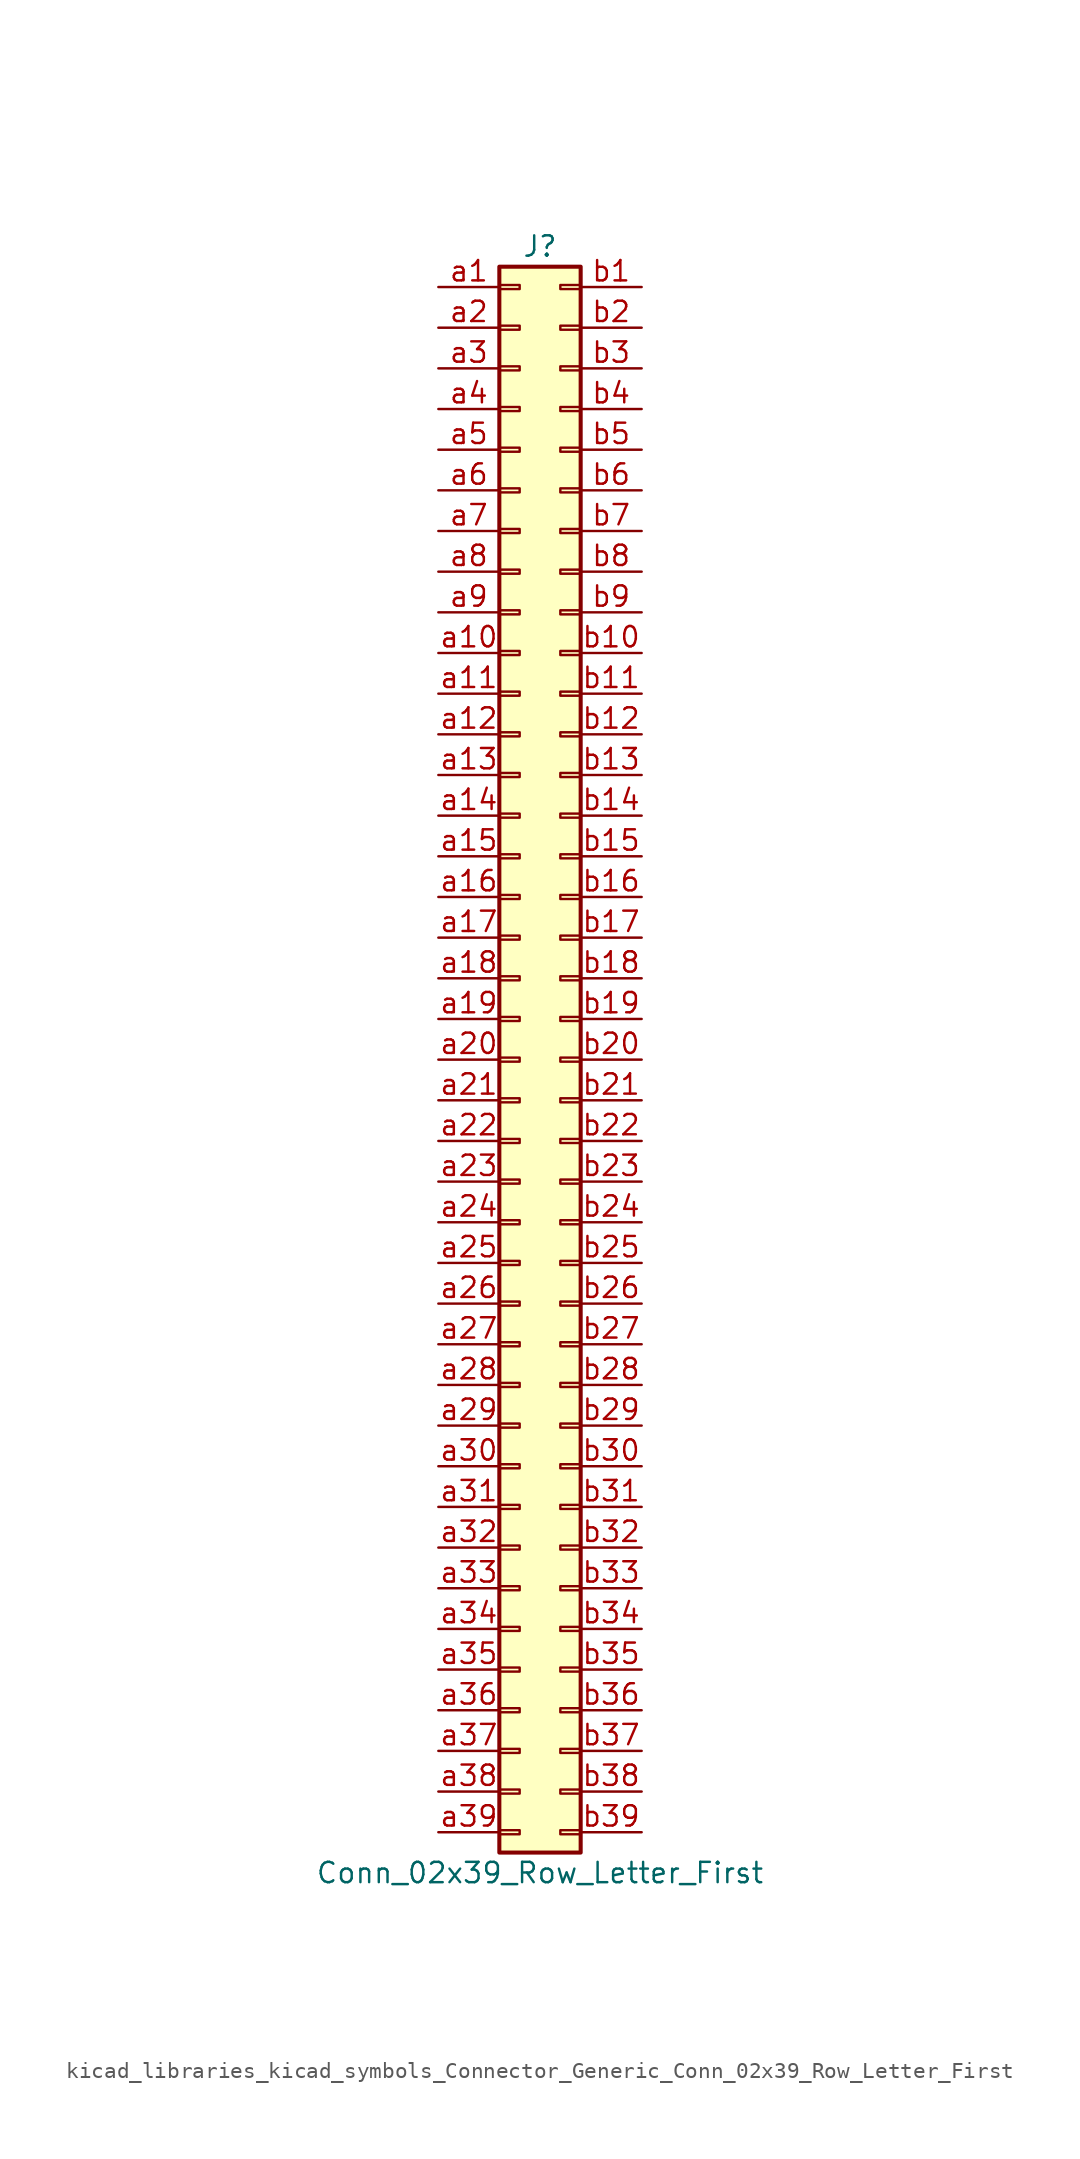
<source format=kicad_sym>
(kicad_symbol_lib
  (version 20220914)
  (generator kicad_symbol_editor)
  (symbol "kicad_libraries_kicad_symbols_Connector_Generic_Conn_02x39_Row_Letter_First"
    (pin_names
      (offset 1.016) hide)
    (property "Reference" "J"
      (at 1.27 50.8 0)
      (effects (font (size 1.27 1.27))))
    (property "Value" "Conn_02x39_Row_Letter_First"
      (at 1.27 -50.8 0)
      (effects (font (size 1.27 1.27))))
    (symbol "kicad_libraries_kicad_symbols_Connector_Generic_Conn_02x39_Row_Letter_First_1_1"
      (rectangle (start -1.27 -48.133) (end 0 -48.387) (stroke (width 0.152) (type default)) (fill (type none)))
      (rectangle (start -1.27 -45.593) (end 0 -45.847) (stroke (width 0.152) (type default)) (fill (type none)))
      (rectangle (start -1.27 -43.053) (end 0 -43.307) (stroke (width 0.152) (type default)) (fill (type none)))
      (rectangle (start -1.27 -40.513) (end 0 -40.767) (stroke (width 0.152) (type default)) (fill (type none)))
      (rectangle (start -1.27 -37.973) (end 0 -38.227) (stroke (width 0.152) (type default)) (fill (type none)))
      (rectangle (start -1.27 -35.433) (end 0 -35.687) (stroke (width 0.152) (type default)) (fill (type none)))
      (rectangle (start -1.27 -32.893) (end 0 -33.147) (stroke (width 0.152) (type default)) (fill (type none)))
      (rectangle (start -1.27 -30.353) (end 0 -30.607) (stroke (width 0.152) (type default)) (fill (type none)))
      (rectangle (start -1.27 -27.813) (end 0 -28.067) (stroke (width 0.152) (type default)) (fill (type none)))
      (rectangle (start -1.27 -25.273) (end 0 -25.527) (stroke (width 0.152) (type default)) (fill (type none)))
      (rectangle (start -1.27 -22.733) (end 0 -22.987) (stroke (width 0.152) (type default)) (fill (type none)))
      (rectangle (start -1.27 -20.193) (end 0 -20.447) (stroke (width 0.152) (type default)) (fill (type none)))
      (rectangle (start -1.27 -17.653) (end 0 -17.907) (stroke (width 0.152) (type default)) (fill (type none)))
      (rectangle (start -1.27 -15.113) (end 0 -15.367) (stroke (width 0.152) (type default)) (fill (type none)))
      (rectangle (start -1.27 -12.573) (end 0 -12.827) (stroke (width 0.152) (type default)) (fill (type none)))
      (rectangle (start -1.27 -10.033) (end 0 -10.287) (stroke (width 0.152) (type default)) (fill (type none)))
      (rectangle (start -1.27 -7.493) (end 0 -7.747) (stroke (width 0.152) (type default)) (fill (type none)))
      (rectangle (start -1.27 -4.953) (end 0 -5.207) (stroke (width 0.152) (type default)) (fill (type none)))
      (rectangle (start -1.27 -2.413) (end 0 -2.667) (stroke (width 0.152) (type default)) (fill (type none)))
      (rectangle (start -1.27 0.127) (end 0 -0.127) (stroke (width 0.152) (type default)) (fill (type none)))
      (rectangle (start -1.27 2.667) (end 0 2.413) (stroke (width 0.152) (type default)) (fill (type none)))
      (rectangle (start -1.27 5.207) (end 0 4.953) (stroke (width 0.152) (type default)) (fill (type none)))
      (rectangle (start -1.27 7.747) (end 0 7.493) (stroke (width 0.152) (type default)) (fill (type none)))
      (rectangle (start -1.27 10.287) (end 0 10.033) (stroke (width 0.152) (type default)) (fill (type none)))
      (rectangle (start -1.27 12.827) (end 0 12.573) (stroke (width 0.152) (type default)) (fill (type none)))
      (rectangle (start -1.27 15.367) (end 0 15.113) (stroke (width 0.152) (type default)) (fill (type none)))
      (rectangle (start -1.27 17.907) (end 0 17.653) (stroke (width 0.152) (type default)) (fill (type none)))
      (rectangle (start -1.27 20.447) (end 0 20.193) (stroke (width 0.152) (type default)) (fill (type none)))
      (rectangle (start -1.27 22.987) (end 0 22.733) (stroke (width 0.152) (type default)) (fill (type none)))
      (rectangle (start -1.27 25.527) (end 0 25.273) (stroke (width 0.152) (type default)) (fill (type none)))
      (rectangle (start -1.27 28.067) (end 0 27.813) (stroke (width 0.152) (type default)) (fill (type none)))
      (rectangle (start -1.27 30.607) (end 0 30.353) (stroke (width 0.152) (type default)) (fill (type none)))
      (rectangle (start -1.27 33.147) (end 0 32.893) (stroke (width 0.152) (type default)) (fill (type none)))
      (rectangle (start -1.27 35.687) (end 0 35.433) (stroke (width 0.152) (type default)) (fill (type none)))
      (rectangle (start -1.27 38.227) (end 0 37.973) (stroke (width 0.152) (type default)) (fill (type none)))
      (rectangle (start -1.27 40.767) (end 0 40.513) (stroke (width 0.152) (type default)) (fill (type none)))
      (rectangle (start -1.27 43.307) (end 0 43.053) (stroke (width 0.152) (type default)) (fill (type none)))
      (rectangle (start -1.27 45.847) (end 0 45.593) (stroke (width 0.152) (type default)) (fill (type none)))
      (rectangle (start -1.27 48.387) (end 0 48.133) (stroke (width 0.152) (type default)) (fill (type none)))
      (rectangle (start -1.27 49.53) (end 3.81 -49.53) (stroke (width 0.254) (type default)) (fill (type background)))
      (rectangle (start 3.81 -48.133) (end 2.54 -48.387) (stroke (width 0.152) (type default)) (fill (type none)))
      (rectangle (start 3.81 -45.593) (end 2.54 -45.847) (stroke (width 0.152) (type default)) (fill (type none)))
      (rectangle (start 3.81 -43.053) (end 2.54 -43.307) (stroke (width 0.152) (type default)) (fill (type none)))
      (rectangle (start 3.81 -40.513) (end 2.54 -40.767) (stroke (width 0.152) (type default)) (fill (type none)))
      (rectangle (start 3.81 -37.973) (end 2.54 -38.227) (stroke (width 0.152) (type default)) (fill (type none)))
      (rectangle (start 3.81 -35.433) (end 2.54 -35.687) (stroke (width 0.152) (type default)) (fill (type none)))
      (rectangle (start 3.81 -32.893) (end 2.54 -33.147) (stroke (width 0.152) (type default)) (fill (type none)))
      (rectangle (start 3.81 -30.353) (end 2.54 -30.607) (stroke (width 0.152) (type default)) (fill (type none)))
      (rectangle (start 3.81 -27.813) (end 2.54 -28.067) (stroke (width 0.152) (type default)) (fill (type none)))
      (rectangle (start 3.81 -25.273) (end 2.54 -25.527) (stroke (width 0.152) (type default)) (fill (type none)))
      (rectangle (start 3.81 -22.733) (end 2.54 -22.987) (stroke (width 0.152) (type default)) (fill (type none)))
      (rectangle (start 3.81 -20.193) (end 2.54 -20.447) (stroke (width 0.152) (type default)) (fill (type none)))
      (rectangle (start 3.81 -17.653) (end 2.54 -17.907) (stroke (width 0.152) (type default)) (fill (type none)))
      (rectangle (start 3.81 -15.113) (end 2.54 -15.367) (stroke (width 0.152) (type default)) (fill (type none)))
      (rectangle (start 3.81 -12.573) (end 2.54 -12.827) (stroke (width 0.152) (type default)) (fill (type none)))
      (rectangle (start 3.81 -10.033) (end 2.54 -10.287) (stroke (width 0.152) (type default)) (fill (type none)))
      (rectangle (start 3.81 -7.493) (end 2.54 -7.747) (stroke (width 0.152) (type default)) (fill (type none)))
      (rectangle (start 3.81 -4.953) (end 2.54 -5.207) (stroke (width 0.152) (type default)) (fill (type none)))
      (rectangle (start 3.81 -2.413) (end 2.54 -2.667) (stroke (width 0.152) (type default)) (fill (type none)))
      (rectangle (start 3.81 0.127) (end 2.54 -0.127) (stroke (width 0.152) (type default)) (fill (type none)))
      (rectangle (start 3.81 2.667) (end 2.54 2.413) (stroke (width 0.152) (type default)) (fill (type none)))
      (rectangle (start 3.81 5.207) (end 2.54 4.953) (stroke (width 0.152) (type default)) (fill (type none)))
      (rectangle (start 3.81 7.747) (end 2.54 7.493) (stroke (width 0.152) (type default)) (fill (type none)))
      (rectangle (start 3.81 10.287) (end 2.54 10.033) (stroke (width 0.152) (type default)) (fill (type none)))
      (rectangle (start 3.81 12.827) (end 2.54 12.573) (stroke (width 0.152) (type default)) (fill (type none)))
      (rectangle (start 3.81 15.367) (end 2.54 15.113) (stroke (width 0.152) (type default)) (fill (type none)))
      (rectangle (start 3.81 17.907) (end 2.54 17.653) (stroke (width 0.152) (type default)) (fill (type none)))
      (rectangle (start 3.81 20.447) (end 2.54 20.193) (stroke (width 0.152) (type default)) (fill (type none)))
      (rectangle (start 3.81 22.987) (end 2.54 22.733) (stroke (width 0.152) (type default)) (fill (type none)))
      (rectangle (start 3.81 25.527) (end 2.54 25.273) (stroke (width 0.152) (type default)) (fill (type none)))
      (rectangle (start 3.81 28.067) (end 2.54 27.813) (stroke (width 0.152) (type default)) (fill (type none)))
      (rectangle (start 3.81 30.607) (end 2.54 30.353) (stroke (width 0.152) (type default)) (fill (type none)))
      (rectangle (start 3.81 33.147) (end 2.54 32.893) (stroke (width 0.152) (type default)) (fill (type none)))
      (rectangle (start 3.81 35.687) (end 2.54 35.433) (stroke (width 0.152) (type default)) (fill (type none)))
      (rectangle (start 3.81 38.227) (end 2.54 37.973) (stroke (width 0.152) (type default)) (fill (type none)))
      (rectangle (start 3.81 40.767) (end 2.54 40.513) (stroke (width 0.152) (type default)) (fill (type none)))
      (rectangle (start 3.81 43.307) (end 2.54 43.053) (stroke (width 0.152) (type default)) (fill (type none)))
      (rectangle (start 3.81 45.847) (end 2.54 45.593) (stroke (width 0.152) (type default)) (fill (type none)))
      (rectangle (start 3.81 48.387) (end 2.54 48.133) (stroke (width 0.152) (type default)) (fill (type none)))
      (pin passive line (at -5.08 48.26 0) (length 3.81) (name "Pin_a1" (effects (font (size 1.27 1.27)))) (number "a1" (effects (font (size 1.27 1.27)))))
      (pin passive line (at -5.08 25.4 0) (length 3.81) (name "Pin_a10" (effects (font (size 1.27 1.27)))) (number "a10" (effects (font (size 1.27 1.27)))))
      (pin passive line (at -5.08 22.86 0) (length 3.81) (name "Pin_a11" (effects (font (size 1.27 1.27)))) (number "a11" (effects (font (size 1.27 1.27)))))
      (pin passive line (at -5.08 20.32 0) (length 3.81) (name "Pin_a12" (effects (font (size 1.27 1.27)))) (number "a12" (effects (font (size 1.27 1.27)))))
      (pin passive line (at -5.08 17.78 0) (length 3.81) (name "Pin_a13" (effects (font (size 1.27 1.27)))) (number "a13" (effects (font (size 1.27 1.27)))))
      (pin passive line (at -5.08 15.24 0) (length 3.81) (name "Pin_a14" (effects (font (size 1.27 1.27)))) (number "a14" (effects (font (size 1.27 1.27)))))
      (pin passive line (at -5.08 12.7 0) (length 3.81) (name "Pin_a15" (effects (font (size 1.27 1.27)))) (number "a15" (effects (font (size 1.27 1.27)))))
      (pin passive line (at -5.08 10.16 0) (length 3.81) (name "Pin_a16" (effects (font (size 1.27 1.27)))) (number "a16" (effects (font (size 1.27 1.27)))))
      (pin passive line (at -5.08 7.62 0) (length 3.81) (name "Pin_a17" (effects (font (size 1.27 1.27)))) (number "a17" (effects (font (size 1.27 1.27)))))
      (pin passive line (at -5.08 5.08 0) (length 3.81) (name "Pin_a18" (effects (font (size 1.27 1.27)))) (number "a18" (effects (font (size 1.27 1.27)))))
      (pin passive line (at -5.08 2.54 0) (length 3.81) (name "Pin_a19" (effects (font (size 1.27 1.27)))) (number "a19" (effects (font (size 1.27 1.27)))))
      (pin passive line (at -5.08 45.72 0) (length 3.81) (name "Pin_a2" (effects (font (size 1.27 1.27)))) (number "a2" (effects (font (size 1.27 1.27)))))
      (pin passive line (at -5.08 0 0) (length 3.81) (name "Pin_a20" (effects (font (size 1.27 1.27)))) (number "a20" (effects (font (size 1.27 1.27)))))
      (pin passive line (at -5.08 -2.54 0) (length 3.81) (name "Pin_a21" (effects (font (size 1.27 1.27)))) (number "a21" (effects (font (size 1.27 1.27)))))
      (pin passive line (at -5.08 -5.08 0) (length 3.81) (name "Pin_a22" (effects (font (size 1.27 1.27)))) (number "a22" (effects (font (size 1.27 1.27)))))
      (pin passive line (at -5.08 -7.62 0) (length 3.81) (name "Pin_a23" (effects (font (size 1.27 1.27)))) (number "a23" (effects (font (size 1.27 1.27)))))
      (pin passive line (at -5.08 -10.16 0) (length 3.81) (name "Pin_a24" (effects (font (size 1.27 1.27)))) (number "a24" (effects (font (size 1.27 1.27)))))
      (pin passive line (at -5.08 -12.7 0) (length 3.81) (name "Pin_a25" (effects (font (size 1.27 1.27)))) (number "a25" (effects (font (size 1.27 1.27)))))
      (pin passive line (at -5.08 -15.24 0) (length 3.81) (name "Pin_a26" (effects (font (size 1.27 1.27)))) (number "a26" (effects (font (size 1.27 1.27)))))
      (pin passive line (at -5.08 -17.78 0) (length 3.81) (name "Pin_a27" (effects (font (size 1.27 1.27)))) (number "a27" (effects (font (size 1.27 1.27)))))
      (pin passive line (at -5.08 -20.32 0) (length 3.81) (name "Pin_a28" (effects (font (size 1.27 1.27)))) (number "a28" (effects (font (size 1.27 1.27)))))
      (pin passive line (at -5.08 -22.86 0) (length 3.81) (name "Pin_a29" (effects (font (size 1.27 1.27)))) (number "a29" (effects (font (size 1.27 1.27)))))
      (pin passive line (at -5.08 43.18 0) (length 3.81) (name "Pin_a3" (effects (font (size 1.27 1.27)))) (number "a3" (effects (font (size 1.27 1.27)))))
      (pin passive line (at -5.08 -25.4 0) (length 3.81) (name "Pin_a30" (effects (font (size 1.27 1.27)))) (number "a30" (effects (font (size 1.27 1.27)))))
      (pin passive line (at -5.08 -27.94 0) (length 3.81) (name "Pin_a31" (effects (font (size 1.27 1.27)))) (number "a31" (effects (font (size 1.27 1.27)))))
      (pin passive line (at -5.08 -30.48 0) (length 3.81) (name "Pin_a32" (effects (font (size 1.27 1.27)))) (number "a32" (effects (font (size 1.27 1.27)))))
      (pin passive line (at -5.08 -33.02 0) (length 3.81) (name "Pin_a33" (effects (font (size 1.27 1.27)))) (number "a33" (effects (font (size 1.27 1.27)))))
      (pin passive line (at -5.08 -35.56 0) (length 3.81) (name "Pin_a34" (effects (font (size 1.27 1.27)))) (number "a34" (effects (font (size 1.27 1.27)))))
      (pin passive line (at -5.08 -38.1 0) (length 3.81) (name "Pin_a35" (effects (font (size 1.27 1.27)))) (number "a35" (effects (font (size 1.27 1.27)))))
      (pin passive line (at -5.08 -40.64 0) (length 3.81) (name "Pin_a36" (effects (font (size 1.27 1.27)))) (number "a36" (effects (font (size 1.27 1.27)))))
      (pin passive line (at -5.08 -43.18 0) (length 3.81) (name "Pin_a37" (effects (font (size 1.27 1.27)))) (number "a37" (effects (font (size 1.27 1.27)))))
      (pin passive line (at -5.08 -45.72 0) (length 3.81) (name "Pin_a38" (effects (font (size 1.27 1.27)))) (number "a38" (effects (font (size 1.27 1.27)))))
      (pin passive line (at -5.08 -48.26 0) (length 3.81) (name "Pin_a39" (effects (font (size 1.27 1.27)))) (number "a39" (effects (font (size 1.27 1.27)))))
      (pin passive line (at -5.08 40.64 0) (length 3.81) (name "Pin_a4" (effects (font (size 1.27 1.27)))) (number "a4" (effects (font (size 1.27 1.27)))))
      (pin passive line (at -5.08 38.1 0) (length 3.81) (name "Pin_a5" (effects (font (size 1.27 1.27)))) (number "a5" (effects (font (size 1.27 1.27)))))
      (pin passive line (at -5.08 35.56 0) (length 3.81) (name "Pin_a6" (effects (font (size 1.27 1.27)))) (number "a6" (effects (font (size 1.27 1.27)))))
      (pin passive line (at -5.08 33.02 0) (length 3.81) (name "Pin_a7" (effects (font (size 1.27 1.27)))) (number "a7" (effects (font (size 1.27 1.27)))))
      (pin passive line (at -5.08 30.48 0) (length 3.81) (name "Pin_a8" (effects (font (size 1.27 1.27)))) (number "a8" (effects (font (size 1.27 1.27)))))
      (pin passive line (at -5.08 27.94 0) (length 3.81) (name "Pin_a9" (effects (font (size 1.27 1.27)))) (number "a9" (effects (font (size 1.27 1.27)))))
      (pin passive line (at 7.62 48.26 180) (length 3.81) (name "Pin_b1" (effects (font (size 1.27 1.27)))) (number "b1" (effects (font (size 1.27 1.27)))))
      (pin passive line (at 7.62 25.4 180) (length 3.81) (name "Pin_b10" (effects (font (size 1.27 1.27)))) (number "b10" (effects (font (size 1.27 1.27)))))
      (pin passive line (at 7.62 22.86 180) (length 3.81) (name "Pin_b11" (effects (font (size 1.27 1.27)))) (number "b11" (effects (font (size 1.27 1.27)))))
      (pin passive line (at 7.62 20.32 180) (length 3.81) (name "Pin_b12" (effects (font (size 1.27 1.27)))) (number "b12" (effects (font (size 1.27 1.27)))))
      (pin passive line (at 7.62 17.78 180) (length 3.81) (name "Pin_b13" (effects (font (size 1.27 1.27)))) (number "b13" (effects (font (size 1.27 1.27)))))
      (pin passive line (at 7.62 15.24 180) (length 3.81) (name "Pin_b14" (effects (font (size 1.27 1.27)))) (number "b14" (effects (font (size 1.27 1.27)))))
      (pin passive line (at 7.62 12.7 180) (length 3.81) (name "Pin_b15" (effects (font (size 1.27 1.27)))) (number "b15" (effects (font (size 1.27 1.27)))))
      (pin passive line (at 7.62 10.16 180) (length 3.81) (name "Pin_b16" (effects (font (size 1.27 1.27)))) (number "b16" (effects (font (size 1.27 1.27)))))
      (pin passive line (at 7.62 7.62 180) (length 3.81) (name "Pin_b17" (effects (font (size 1.27 1.27)))) (number "b17" (effects (font (size 1.27 1.27)))))
      (pin passive line (at 7.62 5.08 180) (length 3.81) (name "Pin_b18" (effects (font (size 1.27 1.27)))) (number "b18" (effects (font (size 1.27 1.27)))))
      (pin passive line (at 7.62 2.54 180) (length 3.81) (name "Pin_b19" (effects (font (size 1.27 1.27)))) (number "b19" (effects (font (size 1.27 1.27)))))
      (pin passive line (at 7.62 45.72 180) (length 3.81) (name "Pin_b2" (effects (font (size 1.27 1.27)))) (number "b2" (effects (font (size 1.27 1.27)))))
      (pin passive line (at 7.62 0 180) (length 3.81) (name "Pin_b20" (effects (font (size 1.27 1.27)))) (number "b20" (effects (font (size 1.27 1.27)))))
      (pin passive line (at 7.62 -2.54 180) (length 3.81) (name "Pin_b21" (effects (font (size 1.27 1.27)))) (number "b21" (effects (font (size 1.27 1.27)))))
      (pin passive line (at 7.62 -5.08 180) (length 3.81) (name "Pin_b22" (effects (font (size 1.27 1.27)))) (number "b22" (effects (font (size 1.27 1.27)))))
      (pin passive line (at 7.62 -7.62 180) (length 3.81) (name "Pin_b23" (effects (font (size 1.27 1.27)))) (number "b23" (effects (font (size 1.27 1.27)))))
      (pin passive line (at 7.62 -10.16 180) (length 3.81) (name "Pin_b24" (effects (font (size 1.27 1.27)))) (number "b24" (effects (font (size 1.27 1.27)))))
      (pin passive line (at 7.62 -12.7 180) (length 3.81) (name "Pin_b25" (effects (font (size 1.27 1.27)))) (number "b25" (effects (font (size 1.27 1.27)))))
      (pin passive line (at 7.62 -15.24 180) (length 3.81) (name "Pin_b26" (effects (font (size 1.27 1.27)))) (number "b26" (effects (font (size 1.27 1.27)))))
      (pin passive line (at 7.62 -17.78 180) (length 3.81) (name "Pin_b27" (effects (font (size 1.27 1.27)))) (number "b27" (effects (font (size 1.27 1.27)))))
      (pin passive line (at 7.62 -20.32 180) (length 3.81) (name "Pin_b28" (effects (font (size 1.27 1.27)))) (number "b28" (effects (font (size 1.27 1.27)))))
      (pin passive line (at 7.62 -22.86 180) (length 3.81) (name "Pin_b29" (effects (font (size 1.27 1.27)))) (number "b29" (effects (font (size 1.27 1.27)))))
      (pin passive line (at 7.62 43.18 180) (length 3.81) (name "Pin_b3" (effects (font (size 1.27 1.27)))) (number "b3" (effects (font (size 1.27 1.27)))))
      (pin passive line (at 7.62 -25.4 180) (length 3.81) (name "Pin_b30" (effects (font (size 1.27 1.27)))) (number "b30" (effects (font (size 1.27 1.27)))))
      (pin passive line (at 7.62 -27.94 180) (length 3.81) (name "Pin_b31" (effects (font (size 1.27 1.27)))) (number "b31" (effects (font (size 1.27 1.27)))))
      (pin passive line (at 7.62 -30.48 180) (length 3.81) (name "Pin_b32" (effects (font (size 1.27 1.27)))) (number "b32" (effects (font (size 1.27 1.27)))))
      (pin passive line (at 7.62 -33.02 180) (length 3.81) (name "Pin_b33" (effects (font (size 1.27 1.27)))) (number "b33" (effects (font (size 1.27 1.27)))))
      (pin passive line (at 7.62 -35.56 180) (length 3.81) (name "Pin_b34" (effects (font (size 1.27 1.27)))) (number "b34" (effects (font (size 1.27 1.27)))))
      (pin passive line (at 7.62 -38.1 180) (length 3.81) (name "Pin_b35" (effects (font (size 1.27 1.27)))) (number "b35" (effects (font (size 1.27 1.27)))))
      (pin passive line (at 7.62 -40.64 180) (length 3.81) (name "Pin_b36" (effects (font (size 1.27 1.27)))) (number "b36" (effects (font (size 1.27 1.27)))))
      (pin passive line (at 7.62 -43.18 180) (length 3.81) (name "Pin_b37" (effects (font (size 1.27 1.27)))) (number "b37" (effects (font (size 1.27 1.27)))))
      (pin passive line (at 7.62 -45.72 180) (length 3.81) (name "Pin_b38" (effects (font (size 1.27 1.27)))) (number "b38" (effects (font (size 1.27 1.27)))))
      (pin passive line (at 7.62 -48.26 180) (length 3.81) (name "Pin_b39" (effects (font (size 1.27 1.27)))) (number "b39" (effects (font (size 1.27 1.27)))))
      (pin passive line (at 7.62 40.64 180) (length 3.81) (name "Pin_b4" (effects (font (size 1.27 1.27)))) (number "b4" (effects (font (size 1.27 1.27)))))
      (pin passive line (at 7.62 38.1 180) (length 3.81) (name "Pin_b5" (effects (font (size 1.27 1.27)))) (number "b5" (effects (font (size 1.27 1.27)))))
      (pin passive line (at 7.62 35.56 180) (length 3.81) (name "Pin_b6" (effects (font (size 1.27 1.27)))) (number "b6" (effects (font (size 1.27 1.27)))))
      (pin passive line (at 7.62 33.02 180) (length 3.81) (name "Pin_b7" (effects (font (size 1.27 1.27)))) (number "b7" (effects (font (size 1.27 1.27)))))
      (pin passive line (at 7.62 30.48 180) (length 3.81) (name "Pin_b8" (effects (font (size 1.27 1.27)))) (number "b8" (effects (font (size 1.27 1.27)))))
      (pin passive line (at 7.62 27.94 180) (length 3.81) (name "Pin_b9" (effects (font (size 1.27 1.27)))) (number "b9" (effects (font (size 1.27 1.27))))))))
</source>
